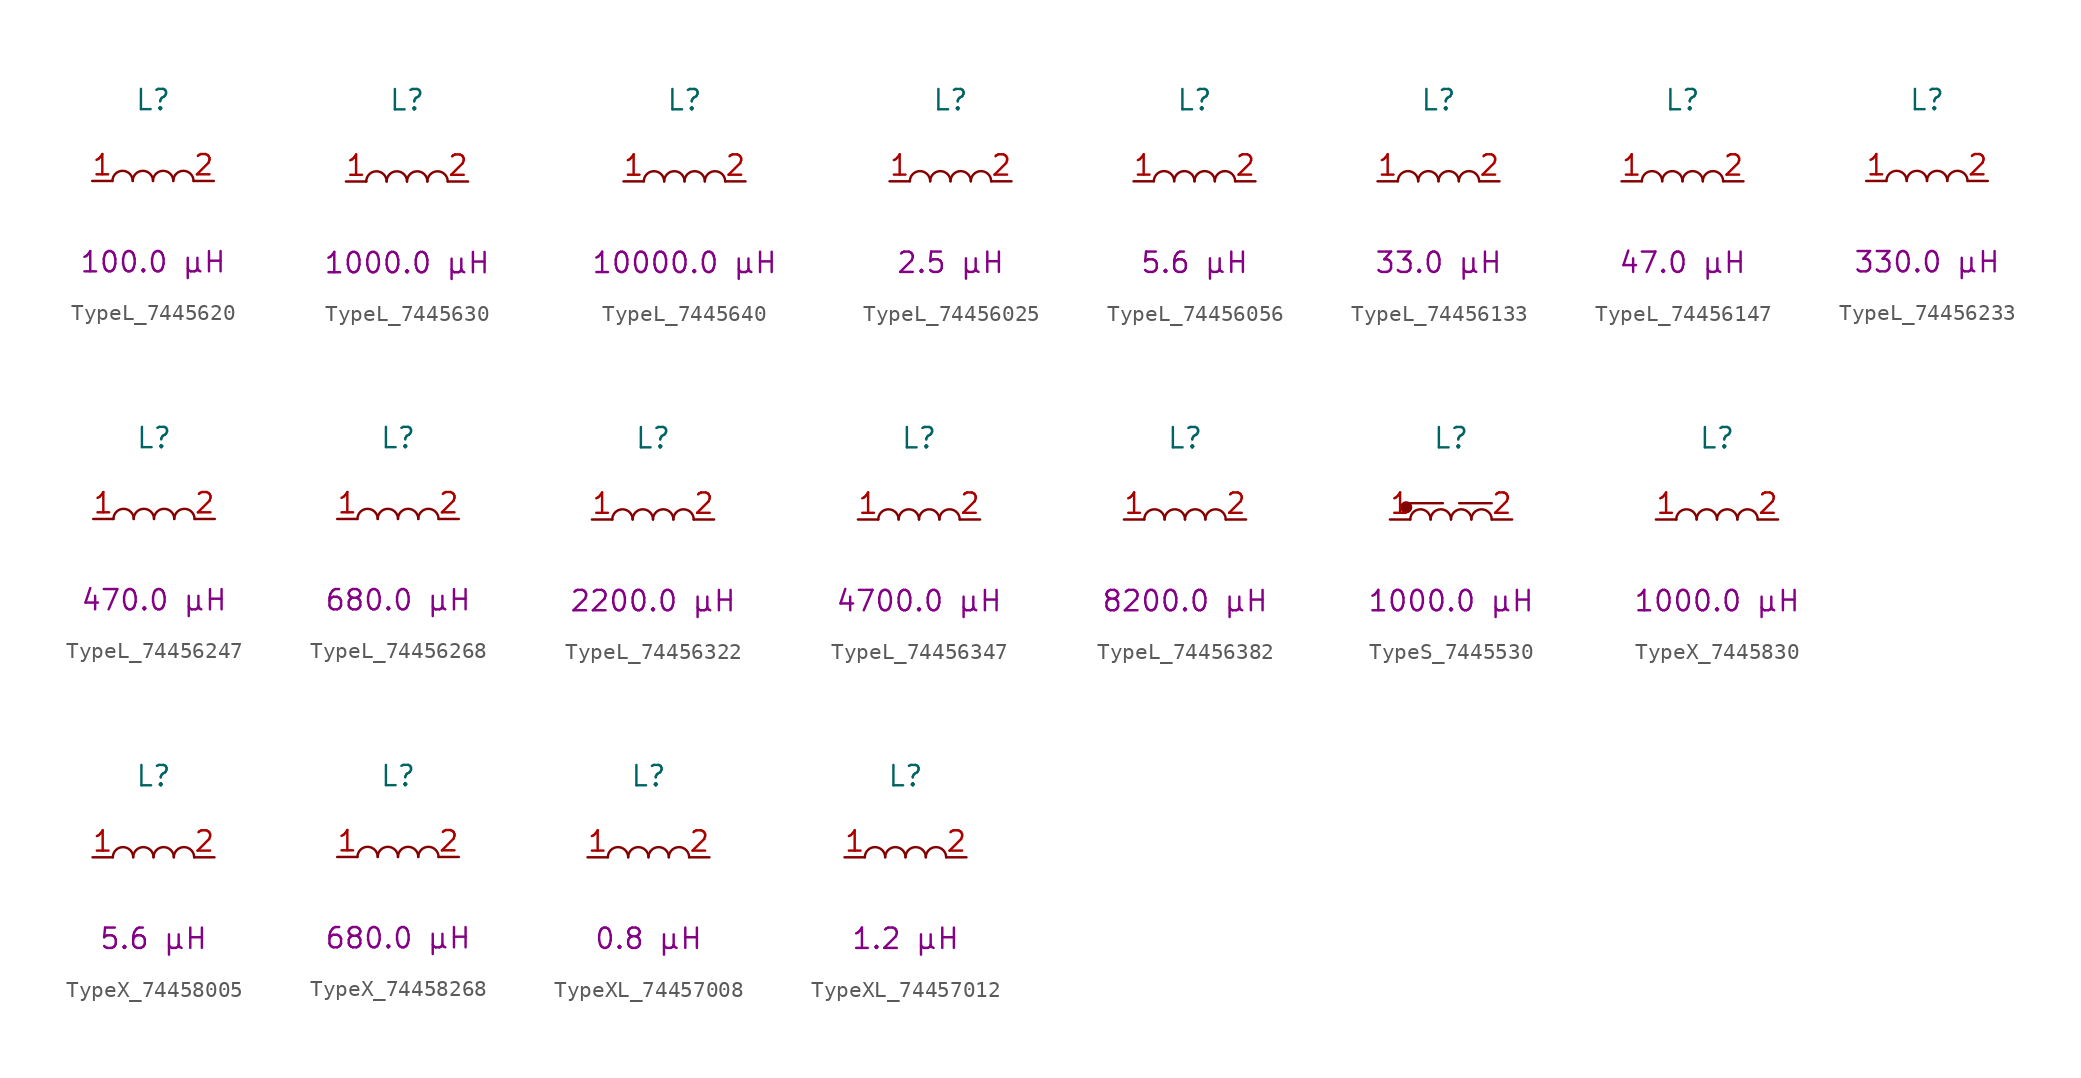
<source format=kicad_sym>
(kicad_symbol_lib
  (version 20220914)
  (generator kicad_symbol_editor)
  (symbol "TypeL_7445620"
    (pin_names hide)
    (property "Reference" "L"
      (at 0 5.08 0)
      (effects (font (size 1.27 1.27))))
    (property "Critical Parameter" "100.0 µH"
      (at 0 -5.08 0)
      (effects (font (size 1.27 1.27))))
    (symbol "TypeL_7445620_0_1"
      (arc (start -1.27 0) (mid -1.905 0.6323) (end -2.54 0) (stroke (width 0) (type default)) (fill (type none)))
      (arc (start 0 0) (mid -0.635 0.6323) (end -1.27 0) (stroke (width 0) (type default)) (fill (type none)))
      (arc (start 1.27 0) (mid 0.635 0.6323) (end 0 0) (stroke (width 0) (type default)) (fill (type none)))
      (arc (start 2.54 0) (mid 1.905 0.6323) (end 1.27 0) (stroke (width 0) (type default)) (fill (type none))))
    (symbol "TypeL_7445620_1_1"
      (pin passive line (at -3.81 0 0) (length 1.27) (name "1" (effects (font (size 1.27 1.27)))) (number "1" (effects (font (size 1.27 1.27)))))
      (pin passive line (at 3.81 0 180) (length 1.27) (name "2" (effects (font (size 1.27 1.27)))) (number "2" (effects (font (size 1.27 1.27)))))))
  (symbol "TypeL_7445630"
    (pin_names hide)
    (property "Reference" "L"
      (at 0 5.08 0)
      (effects (font (size 1.27 1.27))))
    (property "Critical Parameter" "1000.0 µH"
      (at 0 -5.08 0)
      (effects (font (size 1.27 1.27))))
    (symbol "TypeL_7445630_0_1"
      (arc (start -1.27 0) (mid -1.905 0.6323) (end -2.54 0) (stroke (width 0) (type default)) (fill (type none)))
      (arc (start 0 0) (mid -0.635 0.6323) (end -1.27 0) (stroke (width 0) (type default)) (fill (type none)))
      (arc (start 1.27 0) (mid 0.635 0.6323) (end 0 0) (stroke (width 0) (type default)) (fill (type none)))
      (arc (start 2.54 0) (mid 1.905 0.6323) (end 1.27 0) (stroke (width 0) (type default)) (fill (type none))))
    (symbol "TypeL_7445630_1_1"
      (pin passive line (at -3.81 0 0) (length 1.27) (name "1" (effects (font (size 1.27 1.27)))) (number "1" (effects (font (size 1.27 1.27)))))
      (pin passive line (at 3.81 0 180) (length 1.27) (name "2" (effects (font (size 1.27 1.27)))) (number "2" (effects (font (size 1.27 1.27)))))))
  (symbol "TypeL_7445640"
    (pin_names hide)
    (property "Reference" "L"
      (at 0 5.08 0)
      (effects (font (size 1.27 1.27))))
    (property "Critical Parameter" "10000.0 µH"
      (at 0 -5.08 0)
      (effects (font (size 1.27 1.27))))
    (symbol "TypeL_7445640_0_1"
      (arc (start -1.27 0) (mid -1.905 0.6323) (end -2.54 0) (stroke (width 0) (type default)) (fill (type none)))
      (arc (start 0 0) (mid -0.635 0.6323) (end -1.27 0) (stroke (width 0) (type default)) (fill (type none)))
      (arc (start 1.27 0) (mid 0.635 0.6323) (end 0 0) (stroke (width 0) (type default)) (fill (type none)))
      (arc (start 2.54 0) (mid 1.905 0.6323) (end 1.27 0) (stroke (width 0) (type default)) (fill (type none))))
    (symbol "TypeL_7445640_1_1"
      (pin passive line (at -3.81 0 0) (length 1.27) (name "1" (effects (font (size 1.27 1.27)))) (number "1" (effects (font (size 1.27 1.27)))))
      (pin passive line (at 3.81 0 180) (length 1.27) (name "2" (effects (font (size 1.27 1.27)))) (number "2" (effects (font (size 1.27 1.27)))))))
  (symbol "TypeL_74456025"
    (pin_names hide)
    (property "Reference" "L"
      (at 0 5.08 0)
      (effects (font (size 1.27 1.27))))
    (property "Critical Parameter" "2.5 µH"
      (at 0 -5.08 0)
      (effects (font (size 1.27 1.27))))
    (symbol "TypeL_74456025_0_1"
      (arc (start -1.27 0) (mid -1.905 0.6323) (end -2.54 0) (stroke (width 0) (type default)) (fill (type none)))
      (arc (start 0 0) (mid -0.635 0.6323) (end -1.27 0) (stroke (width 0) (type default)) (fill (type none)))
      (arc (start 1.27 0) (mid 0.635 0.6323) (end 0 0) (stroke (width 0) (type default)) (fill (type none)))
      (arc (start 2.54 0) (mid 1.905 0.6323) (end 1.27 0) (stroke (width 0) (type default)) (fill (type none))))
    (symbol "TypeL_74456025_1_1"
      (pin passive line (at -3.81 0 0) (length 1.27) (name "1" (effects (font (size 1.27 1.27)))) (number "1" (effects (font (size 1.27 1.27)))))
      (pin passive line (at 3.81 0 180) (length 1.27) (name "2" (effects (font (size 1.27 1.27)))) (number "2" (effects (font (size 1.27 1.27)))))))
  (symbol "TypeL_74456056"
    (pin_names hide)
    (property "Reference" "L"
      (at 0 5.08 0)
      (effects (font (size 1.27 1.27))))
    (property "Critical Parameter" "5.6 µH"
      (at 0 -5.08 0)
      (effects (font (size 1.27 1.27))))
    (symbol "TypeL_74456056_0_1"
      (arc (start -1.27 0) (mid -1.905 0.6323) (end -2.54 0) (stroke (width 0) (type default)) (fill (type none)))
      (arc (start 0 0) (mid -0.635 0.6323) (end -1.27 0) (stroke (width 0) (type default)) (fill (type none)))
      (arc (start 1.27 0) (mid 0.635 0.6323) (end 0 0) (stroke (width 0) (type default)) (fill (type none)))
      (arc (start 2.54 0) (mid 1.905 0.6323) (end 1.27 0) (stroke (width 0) (type default)) (fill (type none))))
    (symbol "TypeL_74456056_1_1"
      (pin passive line (at -3.81 0 0) (length 1.27) (name "1" (effects (font (size 1.27 1.27)))) (number "1" (effects (font (size 1.27 1.27)))))
      (pin passive line (at 3.81 0 180) (length 1.27) (name "2" (effects (font (size 1.27 1.27)))) (number "2" (effects (font (size 1.27 1.27)))))))
  (symbol "TypeL_74456133"
    (pin_names hide)
    (property "Reference" "L"
      (at 0 5.08 0)
      (effects (font (size 1.27 1.27))))
    (property "Critical Parameter" "33.0 µH"
      (at 0 -5.08 0)
      (effects (font (size 1.27 1.27))))
    (symbol "TypeL_74456133_0_1"
      (arc (start -1.27 0) (mid -1.905 0.6323) (end -2.54 0) (stroke (width 0) (type default)) (fill (type none)))
      (arc (start 0 0) (mid -0.635 0.6323) (end -1.27 0) (stroke (width 0) (type default)) (fill (type none)))
      (arc (start 1.27 0) (mid 0.635 0.6323) (end 0 0) (stroke (width 0) (type default)) (fill (type none)))
      (arc (start 2.54 0) (mid 1.905 0.6323) (end 1.27 0) (stroke (width 0) (type default)) (fill (type none))))
    (symbol "TypeL_74456133_1_1"
      (pin passive line (at -3.81 0 0) (length 1.27) (name "1" (effects (font (size 1.27 1.27)))) (number "1" (effects (font (size 1.27 1.27)))))
      (pin passive line (at 3.81 0 180) (length 1.27) (name "2" (effects (font (size 1.27 1.27)))) (number "2" (effects (font (size 1.27 1.27)))))))
  (symbol "TypeL_74456147"
    (pin_names hide)
    (property "Reference" "L"
      (at 0 5.08 0)
      (effects (font (size 1.27 1.27))))
    (property "Critical Parameter" "47.0 µH"
      (at 0 -5.08 0)
      (effects (font (size 1.27 1.27))))
    (symbol "TypeL_74456147_0_1"
      (arc (start -1.27 0) (mid -1.905 0.6323) (end -2.54 0) (stroke (width 0) (type default)) (fill (type none)))
      (arc (start 0 0) (mid -0.635 0.6323) (end -1.27 0) (stroke (width 0) (type default)) (fill (type none)))
      (arc (start 1.27 0) (mid 0.635 0.6323) (end 0 0) (stroke (width 0) (type default)) (fill (type none)))
      (arc (start 2.54 0) (mid 1.905 0.6323) (end 1.27 0) (stroke (width 0) (type default)) (fill (type none))))
    (symbol "TypeL_74456147_1_1"
      (pin passive line (at -3.81 0 0) (length 1.27) (name "1" (effects (font (size 1.27 1.27)))) (number "1" (effects (font (size 1.27 1.27)))))
      (pin passive line (at 3.81 0 180) (length 1.27) (name "2" (effects (font (size 1.27 1.27)))) (number "2" (effects (font (size 1.27 1.27)))))))
  (symbol "TypeL_74456233"
    (pin_names hide)
    (property "Reference" "L"
      (at 0 5.08 0)
      (effects (font (size 1.27 1.27))))
    (property "Critical Parameter" "330.0 µH"
      (at 0 -5.08 0)
      (effects (font (size 1.27 1.27))))
    (symbol "TypeL_74456233_0_1"
      (arc (start -1.27 0) (mid -1.905 0.6323) (end -2.54 0) (stroke (width 0) (type default)) (fill (type none)))
      (arc (start 0 0) (mid -0.635 0.6323) (end -1.27 0) (stroke (width 0) (type default)) (fill (type none)))
      (arc (start 1.27 0) (mid 0.635 0.6323) (end 0 0) (stroke (width 0) (type default)) (fill (type none)))
      (arc (start 2.54 0) (mid 1.905 0.6323) (end 1.27 0) (stroke (width 0) (type default)) (fill (type none))))
    (symbol "TypeL_74456233_1_1"
      (pin passive line (at -3.81 0 0) (length 1.27) (name "1" (effects (font (size 1.27 1.27)))) (number "1" (effects (font (size 1.27 1.27)))))
      (pin passive line (at 3.81 0 180) (length 1.27) (name "2" (effects (font (size 1.27 1.27)))) (number "2" (effects (font (size 1.27 1.27)))))))
  (symbol "TypeL_74456247"
    (pin_names hide)
    (property "Reference" "L"
      (at 0 5.08 0)
      (effects (font (size 1.27 1.27))))
    (property "Critical Parameter" "470.0 µH"
      (at 0 -5.08 0)
      (effects (font (size 1.27 1.27))))
    (symbol "TypeL_74456247_0_1"
      (arc (start -1.27 0) (mid -1.905 0.6323) (end -2.54 0) (stroke (width 0) (type default)) (fill (type none)))
      (arc (start 0 0) (mid -0.635 0.6323) (end -1.27 0) (stroke (width 0) (type default)) (fill (type none)))
      (arc (start 1.27 0) (mid 0.635 0.6323) (end 0 0) (stroke (width 0) (type default)) (fill (type none)))
      (arc (start 2.54 0) (mid 1.905 0.6323) (end 1.27 0) (stroke (width 0) (type default)) (fill (type none))))
    (symbol "TypeL_74456247_1_1"
      (pin passive line (at -3.81 0 0) (length 1.27) (name "1" (effects (font (size 1.27 1.27)))) (number "1" (effects (font (size 1.27 1.27)))))
      (pin passive line (at 3.81 0 180) (length 1.27) (name "2" (effects (font (size 1.27 1.27)))) (number "2" (effects (font (size 1.27 1.27)))))))
  (symbol "TypeL_74456268"
    (pin_names hide)
    (property "Reference" "L"
      (at 0 5.08 0)
      (effects (font (size 1.27 1.27))))
    (property "Critical Parameter" "680.0 µH"
      (at 0 -5.08 0)
      (effects (font (size 1.27 1.27))))
    (symbol "TypeL_74456268_0_1"
      (arc (start -1.27 0) (mid -1.905 0.6323) (end -2.54 0) (stroke (width 0) (type default)) (fill (type none)))
      (arc (start 0 0) (mid -0.635 0.6323) (end -1.27 0) (stroke (width 0) (type default)) (fill (type none)))
      (arc (start 1.27 0) (mid 0.635 0.6323) (end 0 0) (stroke (width 0) (type default)) (fill (type none)))
      (arc (start 2.54 0) (mid 1.905 0.6323) (end 1.27 0) (stroke (width 0) (type default)) (fill (type none))))
    (symbol "TypeL_74456268_1_1"
      (pin passive line (at -3.81 0 0) (length 1.27) (name "1" (effects (font (size 1.27 1.27)))) (number "1" (effects (font (size 1.27 1.27)))))
      (pin passive line (at 3.81 0 180) (length 1.27) (name "2" (effects (font (size 1.27 1.27)))) (number "2" (effects (font (size 1.27 1.27)))))))
  (symbol "TypeL_74456322"
    (pin_names hide)
    (property "Reference" "L"
      (at 0 5.08 0)
      (effects (font (size 1.27 1.27))))
    (property "Critical Parameter" "2200.0 µH"
      (at 0 -5.08 0)
      (effects (font (size 1.27 1.27))))
    (symbol "TypeL_74456322_0_1"
      (arc (start -1.27 0) (mid -1.905 0.6323) (end -2.54 0) (stroke (width 0) (type default)) (fill (type none)))
      (arc (start 0 0) (mid -0.635 0.6323) (end -1.27 0) (stroke (width 0) (type default)) (fill (type none)))
      (arc (start 1.27 0) (mid 0.635 0.6323) (end 0 0) (stroke (width 0) (type default)) (fill (type none)))
      (arc (start 2.54 0) (mid 1.905 0.6323) (end 1.27 0) (stroke (width 0) (type default)) (fill (type none))))
    (symbol "TypeL_74456322_1_1"
      (pin passive line (at -3.81 0 0) (length 1.27) (name "1" (effects (font (size 1.27 1.27)))) (number "1" (effects (font (size 1.27 1.27)))))
      (pin passive line (at 3.81 0 180) (length 1.27) (name "2" (effects (font (size 1.27 1.27)))) (number "2" (effects (font (size 1.27 1.27)))))))
  (symbol "TypeL_74456347"
    (pin_names hide)
    (property "Reference" "L"
      (at 0 5.08 0)
      (effects (font (size 1.27 1.27))))
    (property "Critical Parameter" "4700.0 µH"
      (at 0 -5.08 0)
      (effects (font (size 1.27 1.27))))
    (symbol "TypeL_74456347_0_1"
      (arc (start -1.27 0) (mid -1.905 0.6323) (end -2.54 0) (stroke (width 0) (type default)) (fill (type none)))
      (arc (start 0 0) (mid -0.635 0.6323) (end -1.27 0) (stroke (width 0) (type default)) (fill (type none)))
      (arc (start 1.27 0) (mid 0.635 0.6323) (end 0 0) (stroke (width 0) (type default)) (fill (type none)))
      (arc (start 2.54 0) (mid 1.905 0.6323) (end 1.27 0) (stroke (width 0) (type default)) (fill (type none))))
    (symbol "TypeL_74456347_1_1"
      (pin passive line (at -3.81 0 0) (length 1.27) (name "1" (effects (font (size 1.27 1.27)))) (number "1" (effects (font (size 1.27 1.27)))))
      (pin passive line (at 3.81 0 180) (length 1.27) (name "2" (effects (font (size 1.27 1.27)))) (number "2" (effects (font (size 1.27 1.27)))))))
  (symbol "TypeL_74456382"
    (pin_names hide)
    (property "Reference" "L"
      (at 0 5.08 0)
      (effects (font (size 1.27 1.27))))
    (property "Critical Parameter" "8200.0 µH"
      (at 0 -5.08 0)
      (effects (font (size 1.27 1.27))))
    (symbol "TypeL_74456382_0_1"
      (arc (start -1.27 0) (mid -1.905 0.6323) (end -2.54 0) (stroke (width 0) (type default)) (fill (type none)))
      (arc (start 0 0) (mid -0.635 0.6323) (end -1.27 0) (stroke (width 0) (type default)) (fill (type none)))
      (arc (start 1.27 0) (mid 0.635 0.6323) (end 0 0) (stroke (width 0) (type default)) (fill (type none)))
      (arc (start 2.54 0) (mid 1.905 0.6323) (end 1.27 0) (stroke (width 0) (type default)) (fill (type none))))
    (symbol "TypeL_74456382_1_1"
      (pin passive line (at -3.81 0 0) (length 1.27) (name "1" (effects (font (size 1.27 1.27)))) (number "1" (effects (font (size 1.27 1.27)))))
      (pin passive line (at 3.81 0 180) (length 1.27) (name "2" (effects (font (size 1.27 1.27)))) (number "2" (effects (font (size 1.27 1.27)))))))
  (symbol "TypeS_7445530"
    (pin_names hide)
    (property "Reference" "L"
      (at 0 5.08 0)
      (effects (font (size 1.27 1.27))))
    (property "Critical Parameter" "1000.0 µH"
      (at 0 -5.08 0)
      (effects (font (size 1.27 1.27))))
    (symbol "TypeS_7445530_0_1"
      (arc (start -1.27 0) (mid -1.905 0.6323) (end -2.54 0) (stroke (width 0) (type default)) (fill (type none)))
      (arc (start 0 0) (mid -0.635 0.6323) (end -1.27 0) (stroke (width 0) (type default)) (fill (type none)))
      (polyline (pts (xy -2.54 1.016) (xy -0.508 1.016)) (stroke (width 0) (type default)) (fill (type none)))
      (arc (start 1.27 0) (mid 0.635 0.6323) (end 0 0) (stroke (width 0) (type default)) (fill (type none)))
      (arc (start 2.54 0) (mid 1.905 0.6323) (end 1.27 0) (stroke (width 0) (type default)) (fill (type none))))
    (symbol "TypeS_7445530_1_1"
      (circle (center -2.794 0.762) (radius 0.0001) (stroke (width 0.381) (type default)) (fill (type none)))
      (polyline (pts (xy 2.54 1.016) (xy 0.508 1.016)) (stroke (width 0) (type default)) (fill (type none)))
      (pin passive line (at -3.81 0 0) (length 1.27) (name "1" (effects (font (size 1.27 1.27)))) (number "1" (effects (font (size 1.27 1.27)))))
      (pin passive line (at 3.81 0 180) (length 1.27) (name "2" (effects (font (size 1.27 1.27)))) (number "2" (effects (font (size 1.27 1.27)))))))
  (symbol "TypeX_7445830"
    (pin_names hide)
    (property "Reference" "L"
      (at 0 5.08 0)
      (effects (font (size 1.27 1.27))))
    (property "Critical Parameter" "1000.0 µH"
      (at 0 -5.08 0)
      (effects (font (size 1.27 1.27))))
    (symbol "TypeX_7445830_0_1"
      (arc (start -1.27 0) (mid -1.905 0.6323) (end -2.54 0) (stroke (width 0) (type default)) (fill (type none)))
      (arc (start 0 0) (mid -0.635 0.6323) (end -1.27 0) (stroke (width 0) (type default)) (fill (type none)))
      (arc (start 1.27 0) (mid 0.635 0.6323) (end 0 0) (stroke (width 0) (type default)) (fill (type none)))
      (arc (start 2.54 0) (mid 1.905 0.6323) (end 1.27 0) (stroke (width 0) (type default)) (fill (type none))))
    (symbol "TypeX_7445830_1_1"
      (pin passive line (at -3.81 0 0) (length 1.27) (name "1" (effects (font (size 1.27 1.27)))) (number "1" (effects (font (size 1.27 1.27)))))
      (pin passive line (at 3.81 0 180) (length 1.27) (name "2" (effects (font (size 1.27 1.27)))) (number "2" (effects (font (size 1.27 1.27)))))))
  (symbol "TypeX_74458005"
    (pin_names hide)
    (property "Reference" "L"
      (at 0 5.08 0)
      (effects (font (size 1.27 1.27))))
    (property "Critical Parameter" "5.6 µH"
      (at 0 -5.08 0)
      (effects (font (size 1.27 1.27))))
    (symbol "TypeX_74458005_0_1"
      (arc (start -1.27 0) (mid -1.905 0.6323) (end -2.54 0) (stroke (width 0) (type default)) (fill (type none)))
      (arc (start 0 0) (mid -0.635 0.6323) (end -1.27 0) (stroke (width 0) (type default)) (fill (type none)))
      (arc (start 1.27 0) (mid 0.635 0.6323) (end 0 0) (stroke (width 0) (type default)) (fill (type none)))
      (arc (start 2.54 0) (mid 1.905 0.6323) (end 1.27 0) (stroke (width 0) (type default)) (fill (type none))))
    (symbol "TypeX_74458005_1_1"
      (pin passive line (at -3.81 0 0) (length 1.27) (name "1" (effects (font (size 1.27 1.27)))) (number "1" (effects (font (size 1.27 1.27)))))
      (pin passive line (at 3.81 0 180) (length 1.27) (name "2" (effects (font (size 1.27 1.27)))) (number "2" (effects (font (size 1.27 1.27)))))))
  (symbol "TypeX_74458268"
    (pin_names hide)
    (property "Reference" "L"
      (at 0 5.08 0)
      (effects (font (size 1.27 1.27))))
    (property "Critical Parameter" "680.0 µH"
      (at 0 -5.08 0)
      (effects (font (size 1.27 1.27))))
    (symbol "TypeX_74458268_0_1"
      (arc (start -1.27 0) (mid -1.905 0.6323) (end -2.54 0) (stroke (width 0) (type default)) (fill (type none)))
      (arc (start 0 0) (mid -0.635 0.6323) (end -1.27 0) (stroke (width 0) (type default)) (fill (type none)))
      (arc (start 1.27 0) (mid 0.635 0.6323) (end 0 0) (stroke (width 0) (type default)) (fill (type none)))
      (arc (start 2.54 0) (mid 1.905 0.6323) (end 1.27 0) (stroke (width 0) (type default)) (fill (type none))))
    (symbol "TypeX_74458268_1_1"
      (pin passive line (at -3.81 0 0) (length 1.27) (name "1" (effects (font (size 1.27 1.27)))) (number "1" (effects (font (size 1.27 1.27)))))
      (pin passive line (at 3.81 0 180) (length 1.27) (name "2" (effects (font (size 1.27 1.27)))) (number "2" (effects (font (size 1.27 1.27)))))))
  (symbol "TypeXL_74457008"
    (pin_names hide)
    (property "Reference" "L"
      (at 0 5.08 0)
      (effects (font (size 1.27 1.27))))
    (property "Critical Parameter" "0.8 µH"
      (at 0 -5.08 0)
      (effects (font (size 1.27 1.27))))
    (symbol "TypeXL_74457008_0_1"
      (arc (start -1.27 0) (mid -1.905 0.6323) (end -2.54 0) (stroke (width 0) (type default)) (fill (type none)))
      (arc (start 0 0) (mid -0.635 0.6323) (end -1.27 0) (stroke (width 0) (type default)) (fill (type none)))
      (arc (start 1.27 0) (mid 0.635 0.6323) (end 0 0) (stroke (width 0) (type default)) (fill (type none)))
      (arc (start 2.54 0) (mid 1.905 0.6323) (end 1.27 0) (stroke (width 0) (type default)) (fill (type none))))
    (symbol "TypeXL_74457008_1_1"
      (pin passive line (at -3.81 0 0) (length 1.27) (name "1" (effects (font (size 1.27 1.27)))) (number "1" (effects (font (size 1.27 1.27)))))
      (pin passive line (at 3.81 0 180) (length 1.27) (name "2" (effects (font (size 1.27 1.27)))) (number "2" (effects (font (size 1.27 1.27)))))))
  (symbol "TypeXL_74457012"
    (pin_names hide)
    (property "Reference" "L"
      (at 0 5.08 0)
      (effects (font (size 1.27 1.27))))
    (property "Critical Parameter" "1.2 µH"
      (at 0 -5.08 0)
      (effects (font (size 1.27 1.27))))
    (symbol "TypeXL_74457012_0_1"
      (arc (start -1.27 0) (mid -1.905 0.6323) (end -2.54 0) (stroke (width 0) (type default)) (fill (type none)))
      (arc (start 0 0) (mid -0.635 0.6323) (end -1.27 0) (stroke (width 0) (type default)) (fill (type none)))
      (arc (start 1.27 0) (mid 0.635 0.6323) (end 0 0) (stroke (width 0) (type default)) (fill (type none)))
      (arc (start 2.54 0) (mid 1.905 0.6323) (end 1.27 0) (stroke (width 0) (type default)) (fill (type none))))
    (symbol "TypeXL_74457012_1_1"
      (pin passive line (at -3.81 0 0) (length 1.27) (name "1" (effects (font (size 1.27 1.27)))) (number "1" (effects (font (size 1.27 1.27)))))
      (pin passive line (at 3.81 0 180) (length 1.27) (name "2" (effects (font (size 1.27 1.27)))) (number "2" (effects (font (size 1.27 1.27))))))))
</source>
